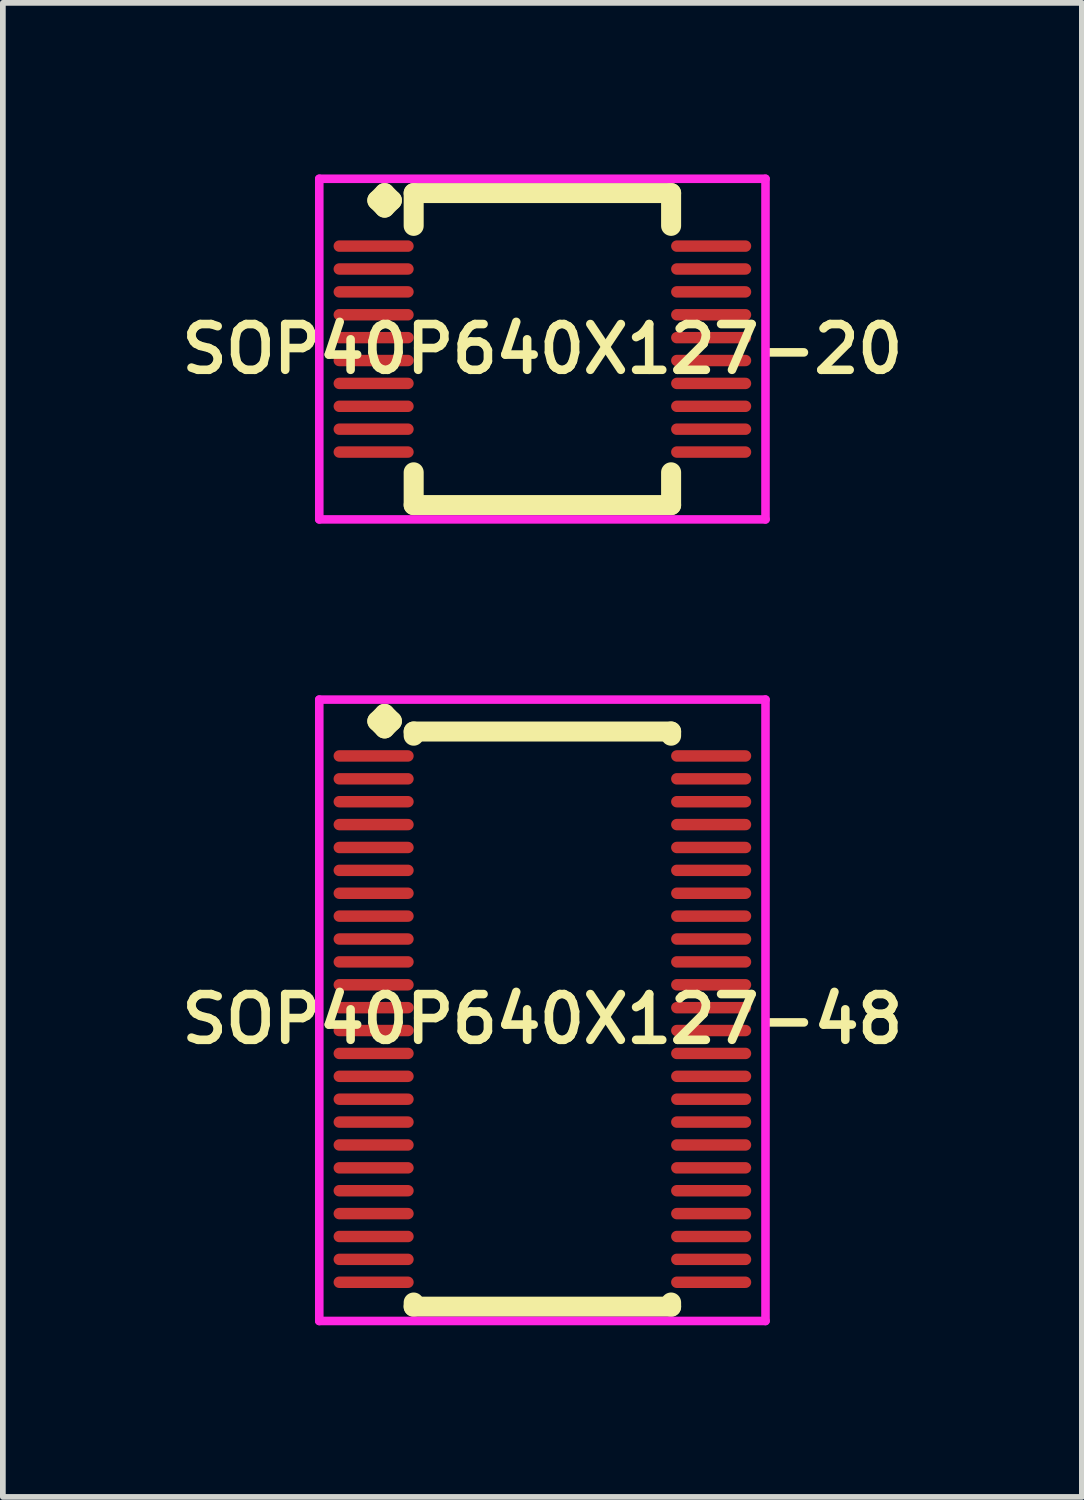
<source format=kicad_pcb>
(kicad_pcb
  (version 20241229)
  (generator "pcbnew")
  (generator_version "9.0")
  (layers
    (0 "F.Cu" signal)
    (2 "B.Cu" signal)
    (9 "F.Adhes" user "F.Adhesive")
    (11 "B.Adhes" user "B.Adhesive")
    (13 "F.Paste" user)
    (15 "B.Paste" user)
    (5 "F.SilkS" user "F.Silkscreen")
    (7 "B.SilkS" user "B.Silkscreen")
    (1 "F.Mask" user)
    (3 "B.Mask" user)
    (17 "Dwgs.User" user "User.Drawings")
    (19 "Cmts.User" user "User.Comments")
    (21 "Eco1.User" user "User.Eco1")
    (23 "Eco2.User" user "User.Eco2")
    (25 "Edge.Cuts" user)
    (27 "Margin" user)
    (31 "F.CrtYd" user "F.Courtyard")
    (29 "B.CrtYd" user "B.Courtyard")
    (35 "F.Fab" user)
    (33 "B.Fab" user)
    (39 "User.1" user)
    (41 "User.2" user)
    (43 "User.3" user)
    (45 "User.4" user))
  (footprint "SOP40P640X127-48"
    (layer "F.Cu")
    (at 6.431 14.764)
    (property "Reference" "SOP40P640X127-48" (at 0 0 0) (layer "F.SilkS") (effects (font (size 0.8 0.8) (thickness 0.15))))
    (attr smd)
    (fp_line (start -2.885 -5.208) (end -2.758 -5.335) (stroke (width 0.35) (type solid)) (layer "F.SilkS"))
    (fp_line (start -2.758 -5.335) (end -2.631 -5.208) (stroke (width 0.35) (type solid)) (layer "F.SilkS"))
    (fp_line (start -2.758 -5.081) (end -2.885 -5.208) (stroke (width 0.35) (type solid)) (layer "F.SilkS"))
    (fp_line (start -2.631 -5.208) (end -2.758 -5.081) (stroke (width 0.35) (type solid)) (layer "F.SilkS"))
    (fp_line (start -2.25 -5.027) (end 2.25 -5.027) (stroke (width 0.35) (type solid)) (layer "F.SilkS"))
    (fp_line (start -2.25 -4.954) (end -2.25 -5.027) (stroke (width 0.35) (type solid)) (layer "F.SilkS"))
    (fp_line (start -2.25 4.954) (end -2.25 5.027) (stroke (width 0.35) (type solid)) (layer "F.SilkS"))
    (fp_line (start -2.25 5.027) (end 2.25 5.027) (stroke (width 0.35) (type solid)) (layer "F.SilkS"))
    (fp_line (start 2.25 -5.027) (end 2.25 -4.954) (stroke (width 0.35) (type solid)) (layer "F.SilkS"))
    (fp_line (start 2.25 5.027) (end 2.25 4.954) (stroke (width 0.35) (type solid)) (layer "F.SilkS"))
    (fp_line (start -3.9 -5.585) (end 3.9 -5.585) (stroke (width 0.15) (type solid)) (layer "F.CrtYd"))
    (fp_line (start -3.9 5.277) (end -3.9 -5.585) (stroke (width 0.15) (type solid)) (layer "F.CrtYd"))
    (fp_line (start 3.9 -5.585) (end 3.9 5.277) (stroke (width 0.15) (type solid)) (layer "F.CrtYd"))
    (fp_line (start 3.9 5.277) (end -3.9 5.277) (stroke (width 0.15) (type solid)) (layer "F.CrtYd"))
    (pad "1" smd oval (at -2.95 -4.6) (size 1.4 0.2) (layers "F.Cu" "F.Mask" "F.Paste"))
    (pad "2" smd oval (at -2.95 -4.2) (size 1.4 0.2) (layers "F.Cu" "F.Mask" "F.Paste"))
    (pad "3" smd oval (at -2.95 -3.8) (size 1.4 0.2) (layers "F.Cu" "F.Mask" "F.Paste"))
    (pad "4" smd oval (at -2.95 -3.4) (size 1.4 0.2) (layers "F.Cu" "F.Mask" "F.Paste"))
    (pad "5" smd oval (at -2.95 -3) (size 1.4 0.2) (layers "F.Cu" "F.Mask" "F.Paste"))
    (pad "6" smd oval (at -2.95 -2.6) (size 1.4 0.2) (layers "F.Cu" "F.Mask" "F.Paste"))
    (pad "7" smd oval (at -2.95 -2.2) (size 1.4 0.2) (layers "F.Cu" "F.Mask" "F.Paste"))
    (pad "8" smd oval (at -2.95 -1.8) (size 1.4 0.2) (layers "F.Cu" "F.Mask" "F.Paste"))
    (pad "9" smd oval (at -2.95 -1.4) (size 1.4 0.2) (layers "F.Cu" "F.Mask" "F.Paste"))
    (pad "10" smd oval (at -2.95 -1) (size 1.4 0.2) (layers "F.Cu" "F.Mask" "F.Paste"))
    (pad "11" smd oval (at -2.95 -0.6) (size 1.4 0.2) (layers "F.Cu" "F.Mask" "F.Paste"))
    (pad "12" smd oval (at -2.95 -0.2) (size 1.4 0.2) (layers "F.Cu" "F.Mask" "F.Paste"))
    (pad "13" smd oval (at -2.95 0.2) (size 1.4 0.2) (layers "F.Cu" "F.Mask" "F.Paste"))
    (pad "14" smd oval (at -2.95 0.6) (size 1.4 0.2) (layers "F.Cu" "F.Mask" "F.Paste"))
    (pad "15" smd oval (at -2.95 1) (size 1.4 0.2) (layers "F.Cu" "F.Mask" "F.Paste"))
    (pad "16" smd oval (at -2.95 1.4) (size 1.4 0.2) (layers "F.Cu" "F.Mask" "F.Paste"))
    (pad "17" smd oval (at -2.95 1.8) (size 1.4 0.2) (layers "F.Cu" "F.Mask" "F.Paste"))
    (pad "18" smd oval (at -2.95 2.2) (size 1.4 0.2) (layers "F.Cu" "F.Mask" "F.Paste"))
    (pad "19" smd oval (at -2.95 2.6) (size 1.4 0.2) (layers "F.Cu" "F.Mask" "F.Paste"))
    (pad "20" smd oval (at -2.95 3) (size 1.4 0.2) (layers "F.Cu" "F.Mask" "F.Paste"))
    (pad "21" smd oval (at -2.95 3.4) (size 1.4 0.2) (layers "F.Cu" "F.Mask" "F.Paste"))
    (pad "22" smd oval (at -2.95 3.8) (size 1.4 0.2) (layers "F.Cu" "F.Mask" "F.Paste"))
    (pad "23" smd oval (at -2.95 4.2) (size 1.4 0.2) (layers "F.Cu" "F.Mask" "F.Paste"))
    (pad "24" smd oval (at -2.95 4.6) (size 1.4 0.2) (layers "F.Cu" "F.Mask" "F.Paste"))
    (pad "25" smd oval (at 2.95 4.6) (size 1.4 0.2) (layers "F.Cu" "F.Mask" "F.Paste"))
    (pad "26" smd oval (at 2.95 4.2) (size 1.4 0.2) (layers "F.Cu" "F.Mask" "F.Paste"))
    (pad "27" smd oval (at 2.95 3.8) (size 1.4 0.2) (layers "F.Cu" "F.Mask" "F.Paste"))
    (pad "28" smd oval (at 2.95 3.4) (size 1.4 0.2) (layers "F.Cu" "F.Mask" "F.Paste"))
    (pad "29" smd oval (at 2.95 3) (size 1.4 0.2) (layers "F.Cu" "F.Mask" "F.Paste"))
    (pad "30" smd oval (at 2.95 2.6) (size 1.4 0.2) (layers "F.Cu" "F.Mask" "F.Paste"))
    (pad "31" smd oval (at 2.95 2.2) (size 1.4 0.2) (layers "F.Cu" "F.Mask" "F.Paste"))
    (pad "32" smd oval (at 2.95 1.8) (size 1.4 0.2) (layers "F.Cu" "F.Mask" "F.Paste"))
    (pad "33" smd oval (at 2.95 1.4) (size 1.4 0.2) (layers "F.Cu" "F.Mask" "F.Paste"))
    (pad "34" smd oval (at 2.95 1) (size 1.4 0.2) (layers "F.Cu" "F.Mask" "F.Paste"))
    (pad "35" smd oval (at 2.95 0.6) (size 1.4 0.2) (layers "F.Cu" "F.Mask" "F.Paste"))
    (pad "36" smd oval (at 2.95 0.2) (size 1.4 0.2) (layers "F.Cu" "F.Mask" "F.Paste"))
    (pad "37" smd oval (at 2.95 -0.2) (size 1.4 0.2) (layers "F.Cu" "F.Mask" "F.Paste"))
    (pad "38" smd oval (at 2.95 -0.6) (size 1.4 0.2) (layers "F.Cu" "F.Mask" "F.Paste"))
    (pad "39" smd oval (at 2.95 -1) (size 1.4 0.2) (layers "F.Cu" "F.Mask" "F.Paste"))
    (pad "40" smd oval (at 2.95 -1.4) (size 1.4 0.2) (layers "F.Cu" "F.Mask" "F.Paste"))
    (pad "41" smd oval (at 2.95 -1.8) (size 1.4 0.2) (layers "F.Cu" "F.Mask" "F.Paste"))
    (pad "42" smd oval (at 2.95 -2.2) (size 1.4 0.2) (layers "F.Cu" "F.Mask" "F.Paste"))
    (pad "43" smd oval (at 2.95 -2.6) (size 1.4 0.2) (layers "F.Cu" "F.Mask" "F.Paste"))
    (pad "44" smd oval (at 2.95 -3) (size 1.4 0.2) (layers "F.Cu" "F.Mask" "F.Paste"))
    (pad "45" smd oval (at 2.95 -3.4) (size 1.4 0.2) (layers "F.Cu" "F.Mask" "F.Paste"))
    (pad "46" smd oval (at 2.95 -3.8) (size 1.4 0.2) (layers "F.Cu" "F.Mask" "F.Paste"))
    (pad "47" smd oval (at 2.95 -4.2) (size 1.4 0.2) (layers "F.Cu" "F.Mask" "F.Paste"))
    (pad "48" smd oval (at 2.95 -4.6) (size 1.4 0.2) (layers "F.Cu" "F.Mask" "F.Paste")))
  (footprint "SOP40P640X127-20"
    (layer "F.Cu")
    (at 6.431 3.052)
    (property "Reference" "SOP40P640X127-20" (at 0 0 0) (layer "F.SilkS") (effects (font (size 0.8 0.8) (thickness 0.15))))
    (attr smd)
    (fp_line (start -2.885 -2.6) (end -2.758 -2.727) (stroke (width 0.35) (type solid)) (layer "F.SilkS"))
    (fp_line (start -2.758 -2.727) (end -2.631 -2.6) (stroke (width 0.35) (type solid)) (layer "F.SilkS"))
    (fp_line (start -2.758 -2.473) (end -2.885 -2.6) (stroke (width 0.35) (type solid)) (layer "F.SilkS"))
    (fp_line (start -2.631 -2.6) (end -2.758 -2.473) (stroke (width 0.35) (type solid)) (layer "F.SilkS"))
    (fp_line (start -2.25 -2.727) (end 2.25 -2.727) (stroke (width 0.35) (type solid)) (layer "F.SilkS"))
    (fp_line (start -2.25 -2.154) (end -2.25 -2.727) (stroke (width 0.35) (type solid)) (layer "F.SilkS"))
    (fp_line (start -2.25 2.154) (end -2.25 2.727) (stroke (width 0.35) (type solid)) (layer "F.SilkS"))
    (fp_line (start -2.25 2.727) (end 2.25 2.727) (stroke (width 0.35) (type solid)) (layer "F.SilkS"))
    (fp_line (start 2.25 -2.727) (end 2.25 -2.154) (stroke (width 0.35) (type solid)) (layer "F.SilkS"))
    (fp_line (start 2.25 2.727) (end 2.25 2.154) (stroke (width 0.35) (type solid)) (layer "F.SilkS"))
    (fp_line (start -3.9 -2.977) (end 3.9 -2.977) (stroke (width 0.15) (type solid)) (layer "F.CrtYd"))
    (fp_line (start -3.9 2.977) (end -3.9 -2.977) (stroke (width 0.15) (type solid)) (layer "F.CrtYd"))
    (fp_line (start 3.9 -2.977) (end 3.9 2.977) (stroke (width 0.15) (type solid)) (layer "F.CrtYd"))
    (fp_line (start 3.9 2.977) (end -3.9 2.977) (stroke (width 0.15) (type solid)) (layer "F.CrtYd"))
    (pad "1" smd oval (at -2.95 -1.8) (size 1.4 0.2) (layers "F.Cu" "F.Mask" "F.Paste"))
    (pad "2" smd oval (at -2.95 -1.4) (size 1.4 0.2) (layers "F.Cu" "F.Mask" "F.Paste"))
    (pad "3" smd oval (at -2.95 -1) (size 1.4 0.2) (layers "F.Cu" "F.Mask" "F.Paste"))
    (pad "4" smd oval (at -2.95 -0.6) (size 1.4 0.2) (layers "F.Cu" "F.Mask" "F.Paste"))
    (pad "5" smd oval (at -2.95 -0.2) (size 1.4 0.2) (layers "F.Cu" "F.Mask" "F.Paste"))
    (pad "6" smd oval (at -2.95 0.2) (size 1.4 0.2) (layers "F.Cu" "F.Mask" "F.Paste"))
    (pad "7" smd oval (at -2.95 0.6) (size 1.4 0.2) (layers "F.Cu" "F.Mask" "F.Paste"))
    (pad "8" smd oval (at -2.95 1) (size 1.4 0.2) (layers "F.Cu" "F.Mask" "F.Paste"))
    (pad "9" smd oval (at -2.95 1.4) (size 1.4 0.2) (layers "F.Cu" "F.Mask" "F.Paste"))
    (pad "10" smd oval (at -2.95 1.8) (size 1.4 0.2) (layers "F.Cu" "F.Mask" "F.Paste"))
    (pad "11" smd oval (at 2.95 1.8) (size 1.4 0.2) (layers "F.Cu" "F.Mask" "F.Paste"))
    (pad "12" smd oval (at 2.95 1.4) (size 1.4 0.2) (layers "F.Cu" "F.Mask" "F.Paste"))
    (pad "13" smd oval (at 2.95 1) (size 1.4 0.2) (layers "F.Cu" "F.Mask" "F.Paste"))
    (pad "14" smd oval (at 2.95 0.6) (size 1.4 0.2) (layers "F.Cu" "F.Mask" "F.Paste"))
    (pad "15" smd oval (at 2.95 0.2) (size 1.4 0.2) (layers "F.Cu" "F.Mask" "F.Paste"))
    (pad "16" smd oval (at 2.95 -0.2) (size 1.4 0.2) (layers "F.Cu" "F.Mask" "F.Paste"))
    (pad "17" smd oval (at 2.95 -0.6) (size 1.4 0.2) (layers "F.Cu" "F.Mask" "F.Paste"))
    (pad "18" smd oval (at 2.95 -1) (size 1.4 0.2) (layers "F.Cu" "F.Mask" "F.Paste"))
    (pad "19" smd oval (at 2.95 -1.4) (size 1.4 0.2) (layers "F.Cu" "F.Mask" "F.Paste"))
    (pad "20" smd oval (at 2.95 -1.8) (size 1.4 0.2) (layers "F.Cu" "F.Mask" "F.Paste")))
  (gr_rect
    (start -3 -3)
    (end 15.861 23.116)
    (stroke (width 0.1) (type default))
    (fill no)
    (layer "Edge.Cuts")))
</source>
